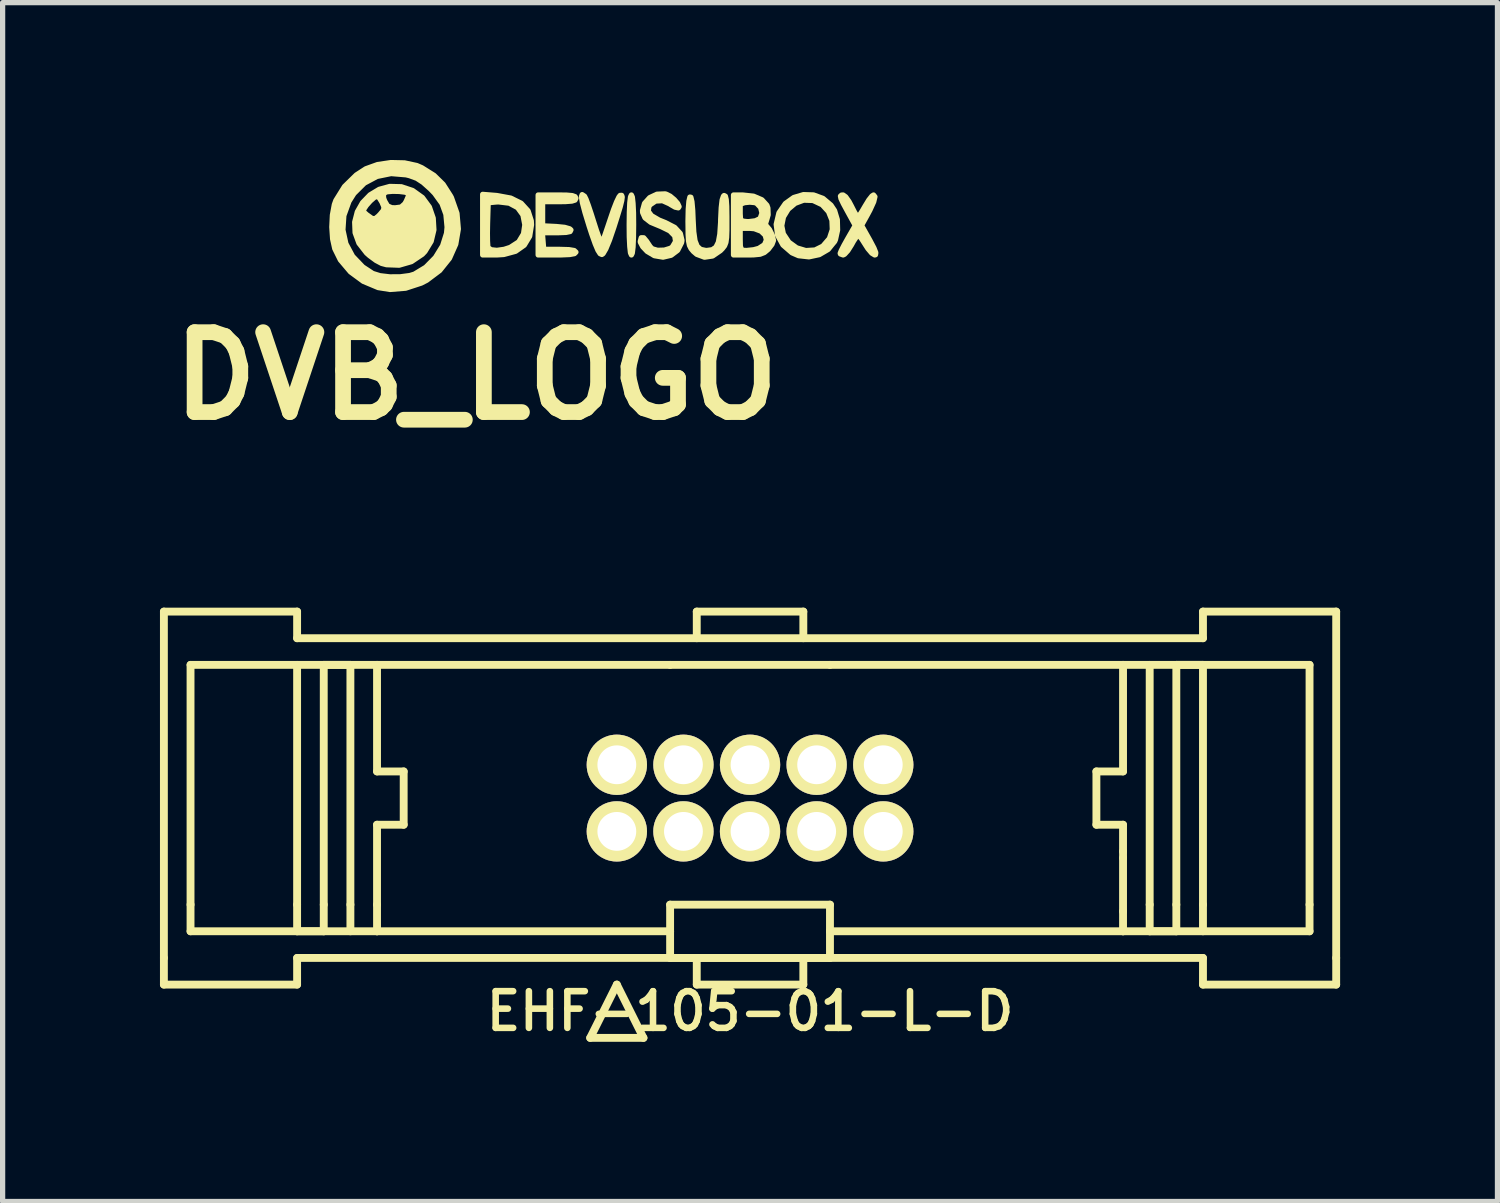
<source format=kicad_pcb>
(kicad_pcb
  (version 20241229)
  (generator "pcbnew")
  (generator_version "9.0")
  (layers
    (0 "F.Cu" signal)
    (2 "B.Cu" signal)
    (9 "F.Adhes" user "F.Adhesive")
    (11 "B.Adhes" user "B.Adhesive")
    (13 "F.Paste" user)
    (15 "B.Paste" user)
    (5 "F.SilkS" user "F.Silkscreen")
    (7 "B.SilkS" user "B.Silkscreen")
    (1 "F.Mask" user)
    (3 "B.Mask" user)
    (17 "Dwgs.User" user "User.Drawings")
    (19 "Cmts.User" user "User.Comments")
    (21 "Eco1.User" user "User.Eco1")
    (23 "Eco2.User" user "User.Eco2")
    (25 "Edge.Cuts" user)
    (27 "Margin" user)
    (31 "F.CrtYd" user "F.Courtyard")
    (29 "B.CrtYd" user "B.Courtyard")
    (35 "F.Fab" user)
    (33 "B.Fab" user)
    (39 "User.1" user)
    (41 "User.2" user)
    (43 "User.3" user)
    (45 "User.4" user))
  (footprint "EHF-105-01-L-D"
    (layer "F.Cu")
    (at 11.251 12.167)
    (property "Reference" "EHF-105-01-L-D" (at 0 4.064 0) (layer "F.SilkS") (effects (font (size 0.7 0.7) (thickness 0.125))))
    (attr through_hole)
    (fp_line (start -11.176 -3.556) (end -11.176 3.048) (stroke (width 0.15) (type solid)) (layer "F.SilkS"))
    (fp_line (start -11.176 3.048) (end -11.176 3.556) (stroke (width 0.15) (type solid)) (layer "F.SilkS"))
    (fp_line (start -11.176 3.556) (end -8.636 3.556) (stroke (width 0.15) (type solid)) (layer "F.SilkS"))
    (fp_line (start -10.668 -2.54) (end -10.668 2.032) (stroke (width 0.15) (type solid)) (layer "F.SilkS"))
    (fp_line (start -10.668 2.032) (end -10.668 2.54) (stroke (width 0.15) (type solid)) (layer "F.SilkS"))
    (fp_line (start -10.668 2.54) (end -7.112 2.54) (stroke (width 0.15) (type solid)) (layer "F.SilkS"))
    (fp_line (start -8.636 -3.556) (end -11.176 -3.556) (stroke (width 0.15) (type solid)) (layer "F.SilkS"))
    (fp_line (start -8.636 -3.048) (end -8.636 -3.556) (stroke (width 0.15) (type solid)) (layer "F.SilkS"))
    (fp_line (start -8.636 2.032) (end -8.636 -2.54) (stroke (width 0.15) (type solid)) (layer "F.SilkS"))
    (fp_line (start -8.636 2.032) (end -8.636 2.54) (stroke (width 0.15) (type solid)) (layer "F.SilkS"))
    (fp_line (start -8.636 3.048) (end 8.636 3.048) (stroke (width 0.15) (type solid)) (layer "F.SilkS"))
    (fp_line (start -8.636 3.556) (end -8.636 3.048) (stroke (width 0.15) (type solid)) (layer "F.SilkS"))
    (fp_line (start -8.128 -2.54) (end -8.128 2.032) (stroke (width 0.15) (type solid)) (layer "F.SilkS"))
    (fp_line (start -8.128 2.032) (end -8.128 2.54) (stroke (width 0.15) (type solid)) (layer "F.SilkS"))
    (fp_line (start -8.128 2.54) (end -8.636 2.54) (stroke (width 0.15) (type solid)) (layer "F.SilkS"))
    (fp_line (start -7.62 -2.54) (end -8.128 -2.54) (stroke (width 0.15) (type solid)) (layer "F.SilkS"))
    (fp_line (start -7.62 2.032) (end -7.62 -2.54) (stroke (width 0.15) (type solid)) (layer "F.SilkS"))
    (fp_line (start -7.62 2.032) (end -7.62 2.54) (stroke (width 0.15) (type solid)) (layer "F.SilkS"))
    (fp_line (start -7.112 -2.54) (end -10.668 -2.54) (stroke (width 0.15) (type solid)) (layer "F.SilkS"))
    (fp_line (start -7.112 -0.508) (end -7.112 -2.54) (stroke (width 0.15) (type solid)) (layer "F.SilkS"))
    (fp_line (start -7.112 0.508) (end -6.604 0.508) (stroke (width 0.15) (type solid)) (layer "F.SilkS"))
    (fp_line (start -7.112 2.032) (end -7.112 0.508) (stroke (width 0.15) (type solid)) (layer "F.SilkS"))
    (fp_line (start -7.112 2.032) (end -7.112 2.54) (stroke (width 0.15) (type solid)) (layer "F.SilkS"))
    (fp_line (start -7.112 2.54) (end -1.524 2.54) (stroke (width 0.15) (type solid)) (layer "F.SilkS"))
    (fp_line (start -6.604 -0.508) (end -7.112 -0.508) (stroke (width 0.15) (type solid)) (layer "F.SilkS"))
    (fp_line (start -6.604 0.508) (end -6.604 -0.508) (stroke (width 0.15) (type solid)) (layer "F.SilkS"))
    (fp_line (start -3.048 4.572) (end -2.032 4.572) (stroke (width 0.15) (type solid)) (layer "F.SilkS"))
    (fp_line (start -2.54 3.556) (end -3.048 4.572) (stroke (width 0.15) (type solid)) (layer "F.SilkS"))
    (fp_line (start -2.032 4.572) (end -2.54 3.556) (stroke (width 0.15) (type solid)) (layer "F.SilkS"))
    (fp_line (start -1.524 -2.54) (end -7.112 -2.54) (stroke (width 0.15) (type solid)) (layer "F.SilkS"))
    (fp_line (start -1.524 2.032) (end 1.524 2.032) (stroke (width 0.15) (type solid)) (layer "F.SilkS"))
    (fp_line (start -1.524 2.54) (end -1.524 2.032) (stroke (width 0.15) (type solid)) (layer "F.SilkS"))
    (fp_line (start -1.524 3.048) (end -1.524 2.54) (stroke (width 0.15) (type solid)) (layer "F.SilkS"))
    (fp_line (start -1.016 -3.556) (end 1.016 -3.556) (stroke (width 0.15) (type solid)) (layer "F.SilkS"))
    (fp_line (start -1.016 -3.048) (end -1.016 -3.556) (stroke (width 0.15) (type solid)) (layer "F.SilkS"))
    (fp_line (start -1.016 3.048) (end -1.016 3.556) (stroke (width 0.15) (type solid)) (layer "F.SilkS"))
    (fp_line (start -1.016 3.556) (end 1.016 3.556) (stroke (width 0.15) (type solid)) (layer "F.SilkS"))
    (fp_line (start 1.016 -3.556) (end 1.016 -3.048) (stroke (width 0.15) (type solid)) (layer "F.SilkS"))
    (fp_line (start 1.016 3.556) (end 1.016 3.048) (stroke (width 0.15) (type solid)) (layer "F.SilkS"))
    (fp_line (start 1.524 -2.54) (end -1.524 -2.54) (stroke (width 0.15) (type solid)) (layer "F.SilkS"))
    (fp_line (start 1.524 -2.54) (end 7.112 -2.54) (stroke (width 0.15) (type solid)) (layer "F.SilkS"))
    (fp_line (start 1.524 2.032) (end 1.524 2.54) (stroke (width 0.15) (type solid)) (layer "F.SilkS"))
    (fp_line (start 1.524 2.54) (end 1.524 3.048) (stroke (width 0.15) (type solid)) (layer "F.SilkS"))
    (fp_line (start 1.524 2.54) (end 7.112 2.54) (stroke (width 0.15) (type solid)) (layer "F.SilkS"))
    (fp_line (start 1.524 3.048) (end -1.524 3.048) (stroke (width 0.15) (type solid)) (layer "F.SilkS"))
    (fp_line (start 6.604 -0.508) (end 7.112 -0.508) (stroke (width 0.15) (type solid)) (layer "F.SilkS"))
    (fp_line (start 6.604 0.508) (end 6.604 -0.508) (stroke (width 0.15) (type solid)) (layer "F.SilkS"))
    (fp_line (start 7.112 -2.54) (end 10.668 -2.54) (stroke (width 0.15) (type solid)) (layer "F.SilkS"))
    (fp_line (start 7.112 -0.508) (end 7.112 -2.54) (stroke (width 0.15) (type solid)) (layer "F.SilkS"))
    (fp_line (start 7.112 0.508) (end 6.604 0.508) (stroke (width 0.15) (type solid)) (layer "F.SilkS"))
    (fp_line (start 7.112 1.016) (end 7.112 0.508) (stroke (width 0.15) (type solid)) (layer "F.SilkS"))
    (fp_line (start 7.112 1.016) (end 7.112 1.143) (stroke (width 0.15) (type solid)) (layer "F.SilkS"))
    (fp_line (start 7.112 2.159) (end 7.112 1.143) (stroke (width 0.15) (type solid)) (layer "F.SilkS"))
    (fp_line (start 7.112 2.159) (end 7.112 2.54) (stroke (width 0.15) (type solid)) (layer "F.SilkS"))
    (fp_line (start 7.62 -2.54) (end 7.62 2.032) (stroke (width 0.15) (type solid)) (layer "F.SilkS"))
    (fp_line (start 7.62 2.032) (end 7.62 2.54) (stroke (width 0.15) (type solid)) (layer "F.SilkS"))
    (fp_line (start 7.62 2.54) (end 8.128 2.54) (stroke (width 0.15) (type solid)) (layer "F.SilkS"))
    (fp_line (start 8.128 -2.54) (end 8.636 -2.54) (stroke (width 0.15) (type solid)) (layer "F.SilkS"))
    (fp_line (start 8.128 2.032) (end 8.128 -2.54) (stroke (width 0.15) (type solid)) (layer "F.SilkS"))
    (fp_line (start 8.128 2.032) (end 8.128 2.54) (stroke (width 0.15) (type solid)) (layer "F.SilkS"))
    (fp_line (start 8.636 -3.556) (end 8.636 -3.048) (stroke (width 0.15) (type solid)) (layer "F.SilkS"))
    (fp_line (start 8.636 -3.048) (end -8.636 -3.048) (stroke (width 0.15) (type solid)) (layer "F.SilkS"))
    (fp_line (start 8.636 -2.54) (end 8.636 2.032) (stroke (width 0.15) (type solid)) (layer "F.SilkS"))
    (fp_line (start 8.636 2.032) (end 8.636 2.54) (stroke (width 0.15) (type solid)) (layer "F.SilkS"))
    (fp_line (start 8.636 3.048) (end 8.636 3.556) (stroke (width 0.15) (type solid)) (layer "F.SilkS"))
    (fp_line (start 8.636 3.556) (end 11.176 3.556) (stroke (width 0.15) (type solid)) (layer "F.SilkS"))
    (fp_line (start 10.668 -2.54) (end 10.668 2.032) (stroke (width 0.15) (type solid)) (layer "F.SilkS"))
    (fp_line (start 10.668 2.032) (end 10.668 2.54) (stroke (width 0.15) (type solid)) (layer "F.SilkS"))
    (fp_line (start 10.668 2.54) (end 7.112 2.54) (stroke (width 0.15) (type solid)) (layer "F.SilkS"))
    (fp_line (start 11.176 -3.556) (end 8.636 -3.556) (stroke (width 0.15) (type solid)) (layer "F.SilkS"))
    (fp_line (start 11.176 3.048) (end 11.176 -3.556) (stroke (width 0.15) (type solid)) (layer "F.SilkS"))
    (fp_line (start 11.176 3.048) (end 11.176 3.556) (stroke (width 0.15) (type solid)) (layer "F.SilkS"))
    (pad "1" thru_hole circle (at -2.54 0.635) (size 1.15 1.15) (drill 0.74) (layers "*.Cu" "*.Mask" "F.SilkS"))
    (pad "2" thru_hole circle (at -2.54 -0.635) (size 1.15 1.15) (drill 0.74) (layers "*.Cu" "*.Mask" "F.SilkS"))
    (pad "3" thru_hole circle (at -1.27 0.635) (size 1.15 1.15) (drill 0.74) (layers "*.Cu" "*.Mask" "F.SilkS"))
    (pad "4" thru_hole circle (at -1.27 -0.635) (size 1.15 1.15) (drill 0.74) (layers "*.Cu" "*.Mask" "F.SilkS"))
    (pad "5" thru_hole circle (at 0 0.635) (size 1.15 1.15) (drill 0.74) (layers "*.Cu" "*.Mask" "F.SilkS"))
    (pad "6" thru_hole circle (at 0 -0.635) (size 1.15 1.15) (drill 0.74) (layers "*.Cu" "*.Mask" "F.SilkS"))
    (pad "7" thru_hole circle (at 1.27 0.635) (size 1.15 1.15) (drill 0.74) (layers "*.Cu" "*.Mask" "F.SilkS"))
    (pad "8" thru_hole circle (at 1.27 -0.635) (size 1.15 1.15) (drill 0.74) (layers "*.Cu" "*.Mask" "F.SilkS"))
    (pad "9" thru_hole circle (at 2.54 0.635) (size 1.15 1.15) (drill 0.74) (layers "*.Cu" "*.Mask" "F.SilkS"))
    (pad "10" thru_hole circle (at 2.54 -0.635) (size 1.15 1.15) (drill 0.74) (layers "*.Cu" "*.Mask" "F.SilkS")))
  (footprint "DVB_LOGO"
    (layer "F.Cu")
    (at 8.481 1.218)
    (property "Reference" "DVB_LOGO" (at -2.45 2.9 0) (layer "F.SilkS") (effects (font (size 1.524 1.524) (thickness 0.3))))
    (attr through_hole)
    (fp_poly (pts (xy 0.55 0.021) (xy 0.547 0.263) (xy 0.539 0.444) (xy 0.525 0.557) (xy 0.508 0.593) (xy 0.49 0.552) (xy 0.477 0.435) (xy 0.468 0.249) (xy 0.466 0.021) (xy 0.469 -0.22) (xy 0.477 -0.401) (xy 0.491 -0.514) (xy 0.508 -0.55) (xy 0.526 -0.509) (xy 0.539 -0.392) (xy 0.548 -0.207) (xy 0.55 0.021)) (stroke (width 0.1) (type solid)) (fill yes) (layer "F.SilkS"))
    (fp_poly (pts (xy -1.397 0.019) (xy -1.432 0.237) (xy -1.524 0.389) (xy -1.524 0.018) (xy -1.56 -0.169) (xy -1.661 -0.308) (xy -1.82 -0.394) (xy -2.027 -0.419) (xy -2.079 -0.416) (xy -2.223 -0.402) (xy -2.235 -0.003) (xy -2.238 0.177) (xy -2.236 0.328) (xy -2.23 0.428) (xy -2.226 0.452) (xy -2.168 0.494) (xy -2.057 0.506) (xy -1.917 0.486) (xy -1.803 0.449) (xy -1.641 0.344) (xy -1.549 0.191) (xy -1.524 0.018) (xy -1.524 0.389) (xy -1.535 0.407) (xy -1.7 0.523) (xy -1.925 0.584) (xy -2.064 0.593) (xy -2.328 0.593) (xy -2.328 0.015) (xy -2.328 -0.562) (xy -2.058 -0.54) (xy -1.793 -0.491) (xy -1.594 -0.393) (xy -1.462 -0.248) (xy -1.401 -0.058) (xy -1.397 0.019)) (stroke (width 0.1) (type solid)) (fill yes) (layer "F.SilkS"))
    (fp_poly (pts (xy -0.55 0.54) (xy -0.578 0.568) (xy -0.669 0.585) (xy -0.831 0.592) (xy -0.91 0.593) (xy -1.27 0.593) (xy -1.27 0.021) (xy -1.27 -0.55) (xy -0.91 -0.55) (xy -0.73 -0.548) (xy -0.62 -0.538) (xy -0.565 -0.518) (xy -0.55 -0.487) (xy -0.567 -0.453) (xy -0.627 -0.434) (xy -0.746 -0.425) (xy -0.868 -0.423) (xy -1.185 -0.423) (xy -1.185 -0.193) (xy -1.185 0.038) (xy -0.924 0.051) (xy -0.765 0.067) (xy -0.668 0.095) (xy -0.645 0.116) (xy -0.661 0.147) (xy -0.738 0.163) (xy -0.888 0.169) (xy -0.909 0.169) (xy -1.19 0.169) (xy -1.177 0.328) (xy -1.164 0.487) (xy -0.857 0.487) (xy -0.682 0.492) (xy -0.582 0.509) (xy -0.55 0.539) (xy -0.55 0.54)) (stroke (width 0.1) (type solid)) (fill yes) (layer "F.SilkS"))
    (fp_poly (pts (xy 0.333 -0.514) (xy 0.324 -0.444) (xy 0.294 -0.323) (xy 0.239 -0.142) (xy 0.174 0.064) (xy 0.091 0.307) (xy 0.021 0.477) (xy -0.032 0.568) (xy -0.055 0.584) (xy -0.089 0.569) (xy -0.13 0.505) (xy -0.182 0.382) (xy -0.249 0.193) (xy -0.298 0.043) (xy -0.378 -0.219) (xy -0.427 -0.405) (xy -0.445 -0.517) (xy -0.431 -0.557) (xy -0.386 -0.527) (xy -0.385 -0.526) (xy -0.358 -0.472) (xy -0.314 -0.354) (xy -0.26 -0.193) (xy -0.214 -0.048) (xy -0.158 0.127) (xy -0.109 0.264) (xy -0.073 0.349) (xy -0.058 0.368) (xy -0.037 0.321) (xy 0.004 0.211) (xy 0.057 0.056) (xy 0.106 -0.09) (xy 0.167 -0.269) (xy 0.224 -0.416) (xy 0.27 -0.512) (xy 0.293 -0.542) (xy 0.322 -0.543) (xy 0.333 -0.514)) (stroke (width 0.1) (type solid)) (fill yes) (layer "F.SilkS"))
    (fp_poly (pts (xy 4.439 0.119) (xy 4.399 0.301) (xy 4.383 0.337) (xy 4.339 0.39) (xy 4.339 0.11) (xy 4.332 -0.067) (xy 4.266 -0.232) (xy 4.145 -0.364) (xy 3.973 -0.445) (xy 3.971 -0.446) (xy 3.793 -0.452) (xy 3.63 -0.391) (xy 3.497 -0.279) (xy 3.407 -0.131) (xy 3.374 0.036) (xy 3.405 0.19) (xy 3.51 0.349) (xy 3.66 0.458) (xy 3.833 0.51) (xy 4.009 0.499) (xy 4.158 0.425) (xy 4.283 0.28) (xy 4.339 0.11) (xy 4.339 0.39) (xy 4.26 0.488) (xy 4.09 0.587) (xy 3.893 0.629) (xy 3.695 0.607) (xy 3.569 0.552) (xy 3.398 0.404) (xy 3.296 0.218) (xy 3.269 0.01) (xy 3.32 -0.205) (xy 3.324 -0.214) (xy 3.443 -0.387) (xy 3.603 -0.502) (xy 3.788 -0.557) (xy 3.98 -0.551) (xy 4.161 -0.485) (xy 4.313 -0.357) (xy 4.382 -0.253) (xy 4.434 -0.08) (xy 4.439 0.119)) (stroke (width 0.1) (type solid)) (fill yes) (layer "F.SilkS"))
    (fp_poly (pts (xy 2.328 -0.085) (xy 2.328 0.121) (xy 2.323 0.261) (xy 2.31 0.354) (xy 2.285 0.418) (xy 2.244 0.471) (xy 2.205 0.511) (xy 2.056 0.613) (xy 1.901 0.636) (xy 1.754 0.581) (xy 1.69 0.526) (xy 1.645 0.472) (xy 1.615 0.412) (xy 1.598 0.33) (xy 1.59 0.204) (xy 1.588 0.018) (xy 1.587 -0.045) (xy 1.592 -0.278) (xy 1.605 -0.433) (xy 1.623 -0.51) (xy 1.642 -0.507) (xy 1.662 -0.423) (xy 1.677 -0.257) (xy 1.684 -0.086) (xy 1.697 0.154) (xy 1.721 0.322) (xy 1.763 0.429) (xy 1.828 0.487) (xy 1.921 0.507) (xy 1.947 0.508) (xy 2.048 0.494) (xy 2.119 0.446) (xy 2.166 0.351) (xy 2.194 0.197) (xy 2.209 -0.027) (xy 2.21 -0.083) (xy 2.221 -0.309) (xy 2.238 -0.456) (xy 2.263 -0.529) (xy 2.275 -0.54) (xy 2.3 -0.527) (xy 2.316 -0.462) (xy 2.325 -0.336) (xy 2.328 -0.137) (xy 2.328 -0.085)) (stroke (width 0.1) (type solid)) (fill yes) (layer "F.SilkS"))
    (fp_poly (pts (xy 5.168 0.55) (xy 5.162 0.589) (xy 5.147 0.593) (xy 5.091 0.559) (xy 5.017 0.472) (xy 4.972 0.402) (xy 4.904 0.295) (xy 4.851 0.226) (xy 4.832 0.212) (xy 4.799 0.246) (xy 4.742 0.333) (xy 4.704 0.402) (xy 4.635 0.511) (xy 4.572 0.58) (xy 4.545 0.593) (xy 4.493 0.574) (xy 4.489 0.561) (xy 4.509 0.511) (xy 4.561 0.409) (xy 4.633 0.28) (xy 4.776 0.031) (xy 4.632 -0.232) (xy 4.549 -0.385) (xy 4.504 -0.48) (xy 4.494 -0.529) (xy 4.515 -0.548) (xy 4.545 -0.55) (xy 4.594 -0.515) (xy 4.658 -0.424) (xy 4.703 -0.339) (xy 4.762 -0.223) (xy 4.808 -0.146) (xy 4.825 -0.128) (xy 4.856 -0.162) (xy 4.912 -0.25) (xy 4.964 -0.339) (xy 5.034 -0.454) (xy 5.095 -0.531) (xy 5.125 -0.55) (xy 5.151 -0.517) (xy 5.128 -0.42) (xy 5.057 -0.264) (xy 5.004 -0.165) (xy 4.896 0.03) (xy 5.054 0.311) (xy 5.133 0.461) (xy 5.168 0.55)) (stroke (width 0.1) (type solid)) (fill yes) (layer "F.SilkS"))
    (fp_poly (pts (xy 1.472 0.316) (xy 1.465 0.358) (xy 1.39 0.505) (xy 1.265 0.599) (xy 1.111 0.635) (xy 0.946 0.607) (xy 0.808 0.525) (xy 0.724 0.436) (xy 0.679 0.351) (xy 0.677 0.335) (xy 0.696 0.265) (xy 0.743 0.266) (xy 0.802 0.337) (xy 0.809 0.349) (xy 0.866 0.435) (xy 0.906 0.476) (xy 1.007 0.505) (xy 1.137 0.501) (xy 1.252 0.466) (xy 1.288 0.441) (xy 1.351 0.335) (xy 1.334 0.23) (xy 1.24 0.134) (xy 1.075 0.053) (xy 1.06 0.047) (xy 0.877 -0.029) (xy 0.767 -0.114) (xy 0.722 -0.215) (xy 0.72 -0.252) (xy 0.758 -0.39) (xy 0.857 -0.5) (xy 0.995 -0.565) (xy 1.15 -0.571) (xy 1.168 -0.567) (xy 1.247 -0.528) (xy 1.327 -0.461) (xy 1.39 -0.388) (xy 1.417 -0.328) (xy 1.402 -0.305) (xy 1.342 -0.318) (xy 1.252 -0.37) (xy 1.237 -0.381) (xy 1.101 -0.442) (xy 0.969 -0.435) (xy 0.865 -0.364) (xy 0.841 -0.329) (xy 0.829 -0.24) (xy 0.891 -0.156) (xy 1.033 -0.073) (xy 1.155 -0.024) (xy 1.334 0.068) (xy 1.441 0.184) (xy 1.472 0.316)) (stroke (width 0.1) (type solid)) (fill yes) (layer "F.SilkS"))
    (fp_poly (pts (xy 3.217 0.317) (xy 3.189 0.391) (xy 3.121 0.481) (xy 3.113 0.489) (xy 3.083 0.514) (xy 3.083 0.309) (xy 3.059 0.217) (xy 2.998 0.158) (xy 2.998 -0.204) (xy 2.972 -0.311) (xy 2.898 -0.39) (xy 2.861 -0.405) (xy 2.764 -0.414) (xy 2.664 -0.404) (xy 2.595 -0.378) (xy 2.582 -0.36) (xy 2.582 -0.307) (xy 2.582 -0.206) (xy 2.582 -0.191) (xy 2.588 -0.095) (xy 2.621 -0.053) (xy 2.706 -0.043) (xy 2.746 -0.042) (xy 2.872 -0.058) (xy 2.957 -0.099) (xy 2.963 -0.105) (xy 2.998 -0.204) (xy 2.998 0.158) (xy 2.979 0.14) (xy 2.852 0.092) (xy 2.766 0.085) (xy 2.582 0.085) (xy 2.582 0.296) (xy 2.585 0.422) (xy 2.602 0.484) (xy 2.646 0.506) (xy 2.707 0.508) (xy 2.839 0.494) (xy 2.936 0.468) (xy 3.044 0.398) (xy 3.083 0.309) (xy 3.083 0.514) (xy 3.043 0.547) (xy 2.961 0.579) (xy 2.839 0.591) (xy 2.732 0.593) (xy 2.455 0.593) (xy 2.455 0.021) (xy 2.455 -0.55) (xy 2.626 -0.55) (xy 2.837 -0.527) (xy 2.996 -0.459) (xy 3.092 -0.354) (xy 3.11 -0.303) (xy 3.115 -0.172) (xy 3.089 -0.082) (xy 3.063 0.003) (xy 3.08 0.037) (xy 3.141 0.109) (xy 3.195 0.218) (xy 3.217 0.317)) (stroke (width 0.1) (type solid)) (fill yes) (layer "F.SilkS"))
    (fp_poly (pts (xy -2.792 0.099) (xy -2.841 0.388) (xy -2.96 0.656) (xy -3.006 0.714) (xy -3.006 0.064) (xy -3.029 -0.182) (xy -3.104 -0.388) (xy -3.243 -0.581) (xy -3.322 -0.663) (xy -3.463 -0.789) (xy -3.584 -0.868) (xy -3.72 -0.918) (xy -3.788 -0.935) (xy -4.075 -0.959) (xy -4.344 -0.904) (xy -4.584 -0.776) (xy -4.782 -0.579) (xy -4.877 -0.428) (xy -4.975 -0.157) (xy -4.993 0.115) (xy -4.936 0.378) (xy -4.808 0.618) (xy -4.613 0.822) (xy -4.424 0.946) (xy -4.286 0.989) (xy -4.1 1.011) (xy -3.899 1.01) (xy -3.718 0.986) (xy -3.629 0.959) (xy -3.413 0.828) (xy -3.229 0.641) (xy -3.092 0.419) (xy -3.017 0.181) (xy -3.006 0.064) (xy -3.006 0.714) (xy -3.146 0.889) (xy -3.395 1.076) (xy -3.5 1.13) (xy -3.797 1.227) (xy -4.094 1.251) (xy -4.32 1.215) (xy -4.604 1.096) (xy -4.849 0.916) (xy -5.041 0.689) (xy -5.148 0.473) (xy -5.189 0.287) (xy -5.204 0.062) (xy -5.193 -0.167) (xy -5.156 -0.367) (xy -5.127 -0.447) (xy -4.963 -0.711) (xy -4.737 -0.932) (xy -4.555 -1.05) (xy -4.333 -1.13) (xy -4.078 -1.168) (xy -3.818 -1.162) (xy -3.585 -1.112) (xy -3.488 -1.07) (xy -3.255 -0.924) (xy -3.082 -0.754) (xy -2.942 -0.535) (xy -2.923 -0.5) (xy -2.818 -0.201) (xy -2.792 0.099)) (stroke (width 0.1) (type solid)) (fill yes) (layer "F.SilkS"))
    (fp_poly (pts (xy -3.258 0.115) (xy -3.31 0.333) (xy -3.428 0.527) (xy -3.478 0.58) (xy -3.686 0.72) (xy -3.74 0.736) (xy -3.74 -0.578) (xy -3.741 -0.58) (xy -3.806 -0.604) (xy -3.919 -0.618) (xy -4.045 -0.621) (xy -4.149 -0.612) (xy -4.187 -0.598) (xy -4.223 -0.555) (xy -4.215 -0.485) (xy -4.194 -0.431) (xy -4.142 -0.342) (xy -4.064 -0.308) (xy -3.996 -0.305) (xy -3.883 -0.32) (xy -3.813 -0.383) (xy -3.785 -0.432) (xy -3.746 -0.523) (xy -3.74 -0.578) (xy -3.74 0.736) (xy -3.92 0.788) (xy -4.161 0.779) (xy -4.21 0.766) (xy -4.21 -0.322) (xy -4.248 -0.412) (xy -4.252 -0.419) (xy -4.305 -0.504) (xy -4.353 -0.522) (xy -4.393 -0.504) (xy -4.471 -0.436) (xy -4.547 -0.35) (xy -4.598 -0.273) (xy -4.595 -0.225) (xy -4.532 -0.169) (xy -4.525 -0.165) (xy -4.438 -0.103) (xy -4.38 -0.097) (xy -4.316 -0.148) (xy -4.28 -0.186) (xy -4.218 -0.261) (xy -4.21 -0.322) (xy -4.21 0.766) (xy -4.255 0.754) (xy -4.361 0.698) (xy -4.486 0.606) (xy -4.541 0.557) (xy -4.687 0.369) (xy -4.76 0.169) (xy -4.768 -0.034) (xy -4.718 -0.229) (xy -4.618 -0.405) (xy -4.476 -0.552) (xy -4.3 -0.658) (xy -4.098 -0.713) (xy -3.878 -0.707) (xy -3.664 -0.636) (xy -3.477 -0.502) (xy -3.344 -0.321) (xy -3.271 -0.109) (xy -3.258 0.115)) (stroke (width 0.1) (type solid)) (fill yes) (layer "F.SilkS")))
  (gr_rect
    (start -3 -3)
    (end 25.502 19.859)
    (stroke (width 0.1) (type default))
    (fill no)
    (layer "Edge.Cuts")))
</source>
